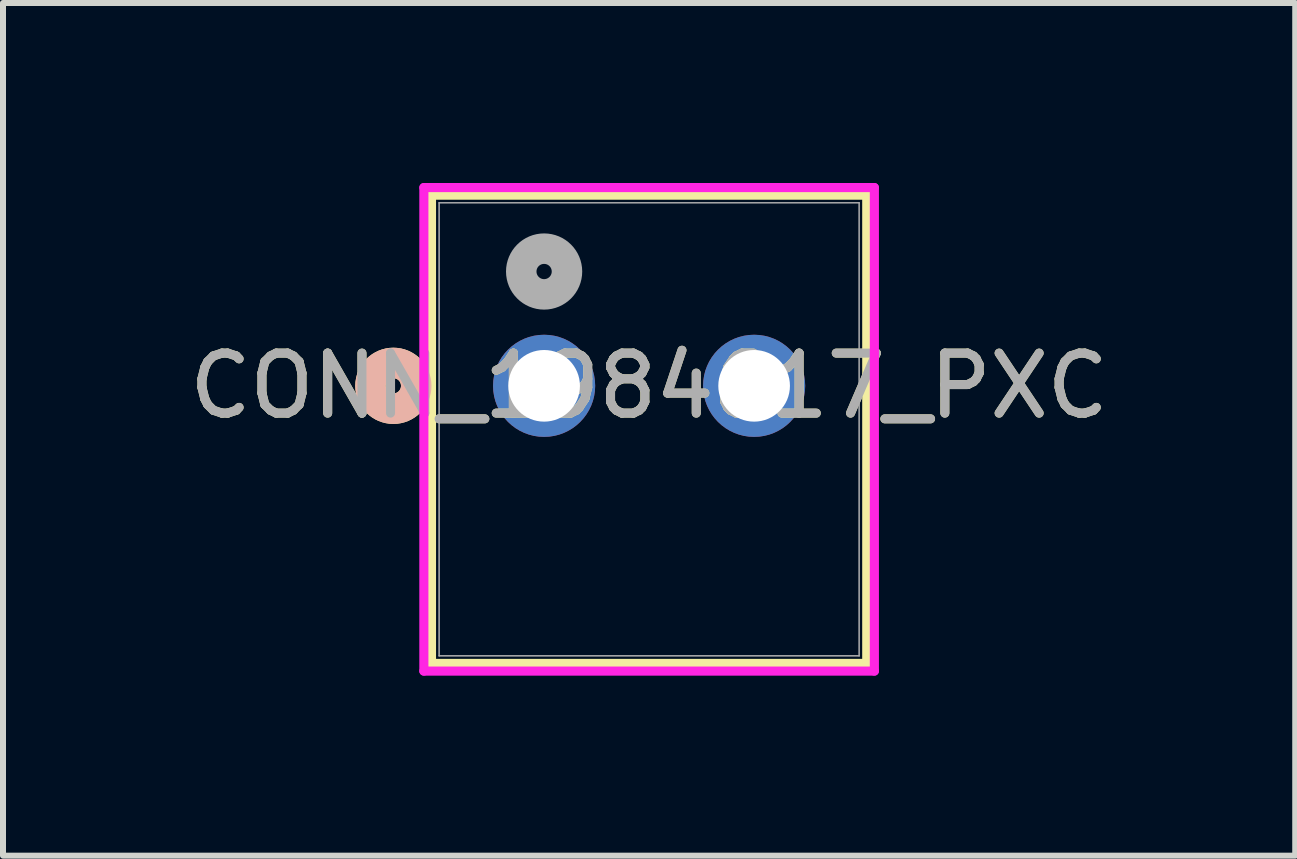
<source format=kicad_pcb>
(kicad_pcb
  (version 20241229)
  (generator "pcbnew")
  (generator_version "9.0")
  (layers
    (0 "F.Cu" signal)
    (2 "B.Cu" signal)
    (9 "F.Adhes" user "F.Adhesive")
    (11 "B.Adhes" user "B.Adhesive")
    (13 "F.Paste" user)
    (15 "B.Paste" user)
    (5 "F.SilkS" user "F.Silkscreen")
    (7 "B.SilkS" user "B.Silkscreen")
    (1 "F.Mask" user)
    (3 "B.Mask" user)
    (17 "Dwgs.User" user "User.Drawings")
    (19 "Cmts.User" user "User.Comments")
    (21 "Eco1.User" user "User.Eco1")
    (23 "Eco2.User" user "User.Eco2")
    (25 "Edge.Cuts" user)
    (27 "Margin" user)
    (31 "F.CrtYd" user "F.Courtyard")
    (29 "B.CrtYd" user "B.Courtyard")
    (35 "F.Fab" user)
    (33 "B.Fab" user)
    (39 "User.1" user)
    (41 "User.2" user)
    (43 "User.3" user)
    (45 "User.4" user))
  (footprint "CONN_1984617_PXC"
    (layer "F.Cu")
    (at 6.018 3.38)
    (property "Reference" "CONN_1984617_PXC" (at 1.75 0 0) (unlocked yes) (layer "F.SilkS") (effects (font (size 1 1) (thickness 0.15))))
    (attr through_hole)
    (fp_line (start -1.877 -3.177) (end -1.877 4.627) (stroke (width 0.152) (type solid)) (layer "F.SilkS"))
    (fp_line (start -1.877 4.627) (end 5.377 4.627) (stroke (width 0.152) (type solid)) (layer "F.SilkS"))
    (fp_line (start 5.377 -3.177) (end -1.877 -3.177) (stroke (width 0.152) (type solid)) (layer "F.SilkS"))
    (fp_line (start 5.377 4.627) (end 5.377 -3.177) (stroke (width 0.152) (type solid)) (layer "F.SilkS"))
    (fp_circle (center -2.512 0) (end -2.131 0) (stroke (width 0.508) (type solid)) (fill no) (layer "F.SilkS"))
    (fp_circle (center -2.512 0) (end -2.131 0) (stroke (width 0.508) (type solid)) (fill no) (layer "B.SilkS"))
    (fp_line (start -2.004 -3.304) (end -2.004 4.754) (stroke (width 0.152) (type solid)) (layer "F.CrtYd"))
    (fp_line (start -2.004 4.754) (end 5.504 4.754) (stroke (width 0.152) (type solid)) (layer "F.CrtYd"))
    (fp_line (start 5.504 -3.304) (end -2.004 -3.304) (stroke (width 0.152) (type solid)) (layer "F.CrtYd"))
    (fp_line (start 5.504 4.754) (end 5.504 -3.304) (stroke (width 0.152) (type solid)) (layer "F.CrtYd"))
    (fp_line (start -1.75 -3.05) (end -1.75 4.5) (stroke (width 0.025) (type solid)) (layer "F.Fab"))
    (fp_line (start -1.75 4.5) (end 5.25 4.5) (stroke (width 0.025) (type solid)) (layer "F.Fab"))
    (fp_line (start 5.25 -3.05) (end -1.75 -3.05) (stroke (width 0.025) (type solid)) (layer "F.Fab"))
    (fp_line (start 5.25 4.5) (end 5.25 -3.05) (stroke (width 0.025) (type solid)) (layer "F.Fab"))
    (fp_circle (center 0 -1.905) (end 0.381 -1.905) (stroke (width 0.508) (type solid)) (fill no) (layer "F.Fab"))
    (fp_text user "${REFERENCE}" (at 1.75 0 0) (unlocked yes) (layer "F.Fab") (effects (font (size 1 1) (thickness 0.15))))
    (pad "1" thru_hole circle (at -0.000001 0) (size 1.702 1.702) (drill 1.194) (layers "*.Cu" "*.Mask"))
    (pad "2" thru_hole circle (at 3.5 0) (size 1.702 1.702) (drill 1.194) (layers "*.Cu" "*.Mask")))
  (gr_rect
    (start -3 -3)
    (end 18.536 11.21)
    (stroke (width 0.1) (type default))
    (fill no)
    (layer "Edge.Cuts")))
</source>
